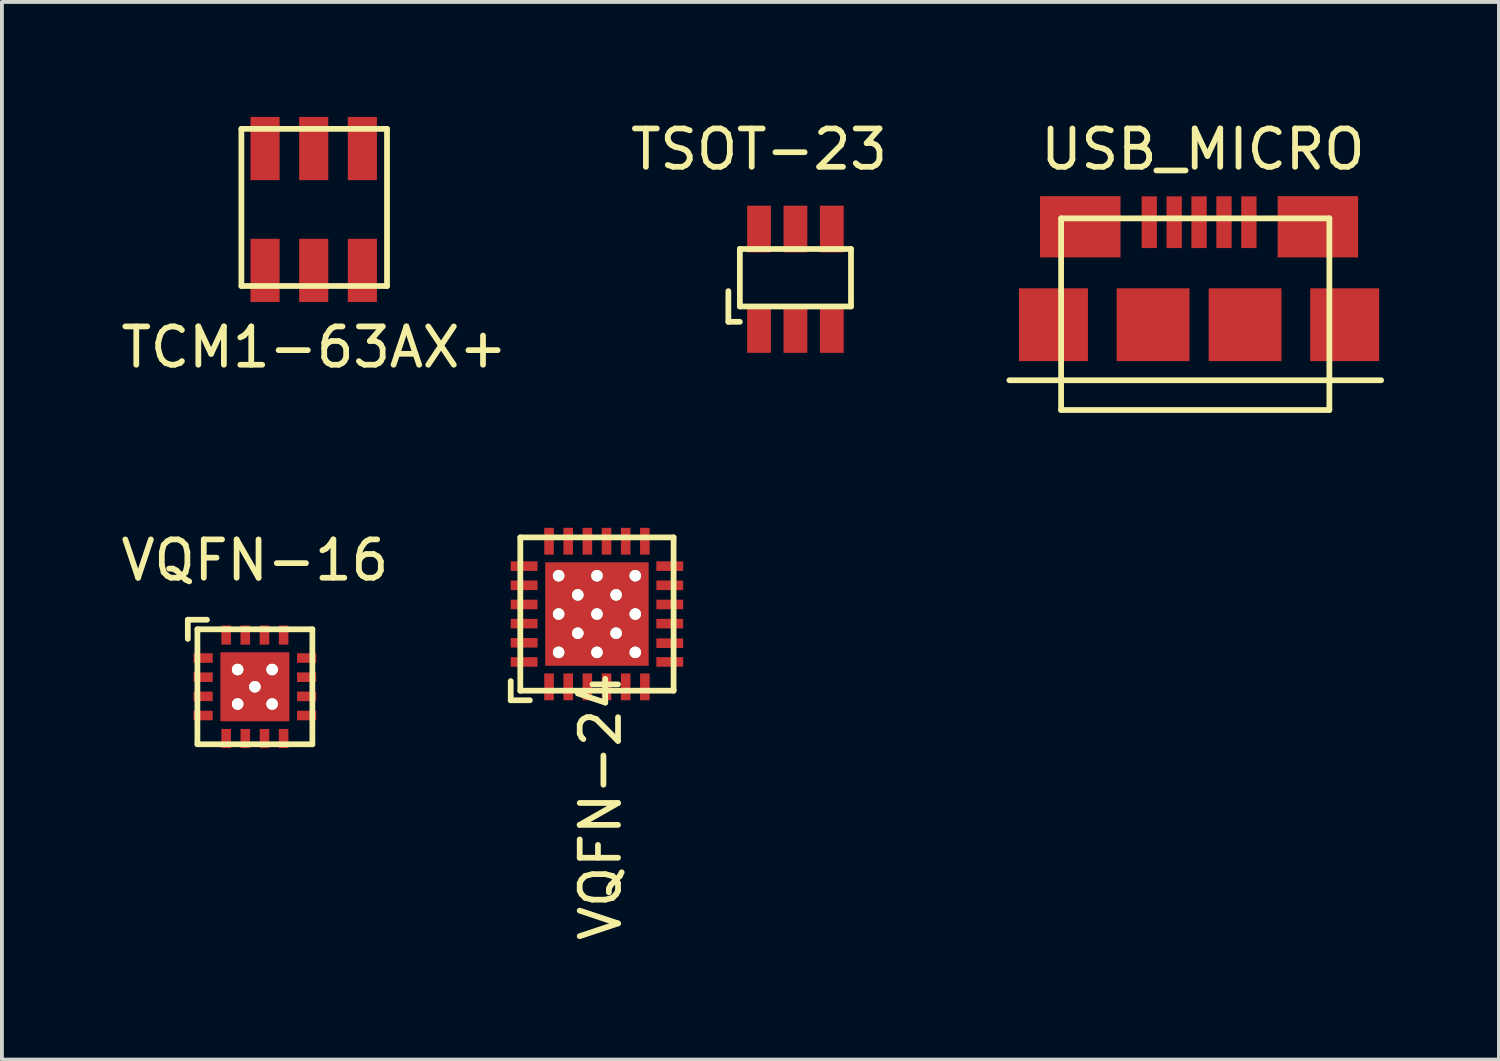
<source format=kicad_pcb>
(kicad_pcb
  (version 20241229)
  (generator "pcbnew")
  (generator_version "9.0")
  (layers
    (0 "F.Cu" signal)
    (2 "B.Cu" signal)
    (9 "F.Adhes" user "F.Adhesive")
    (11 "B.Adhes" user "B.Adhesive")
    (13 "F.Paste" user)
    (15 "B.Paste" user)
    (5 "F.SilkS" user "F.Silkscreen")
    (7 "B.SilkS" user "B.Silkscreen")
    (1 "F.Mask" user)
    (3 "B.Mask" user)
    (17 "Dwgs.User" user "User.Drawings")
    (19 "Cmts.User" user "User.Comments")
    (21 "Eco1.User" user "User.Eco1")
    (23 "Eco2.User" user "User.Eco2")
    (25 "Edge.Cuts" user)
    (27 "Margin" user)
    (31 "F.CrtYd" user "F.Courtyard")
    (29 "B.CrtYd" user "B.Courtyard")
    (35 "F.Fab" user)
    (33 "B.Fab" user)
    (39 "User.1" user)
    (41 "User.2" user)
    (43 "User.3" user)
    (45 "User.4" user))
  (footprint "USB_MICRO"
    (layer "F.Cu")
    (at 28.239 2.748)
    (property "Reference" "USB_MICRO" (at 0.1 -1.9 0) (layer "F.SilkS") (effects (font (size 1 1) (thickness 0.15))))
    (attr through_hole)
    (fp_line (start -4.95 4.125) (end 4.75 4.125) (stroke (width 0.15) (type solid)) (layer "F.SilkS"))
    (fp_line (start -3.6 -0.1) (end 3.4 -0.1) (stroke (width 0.15) (type solid)) (layer "F.SilkS"))
    (fp_line (start -3.6 4.9) (end -3.6 -0.1) (stroke (width 0.15) (type solid)) (layer "F.SilkS"))
    (fp_line (start 3.4 -0.1) (end 3.4 4.9) (stroke (width 0.15) (type solid)) (layer "F.SilkS"))
    (fp_line (start 3.4 4.9) (end -3.6 4.9) (stroke (width 0.15) (type solid)) (layer "F.SilkS"))
    (pad "1" smd rect (at -1.3 0) (size 0.4 1.35) (layers "F.Cu" "F.Mask" "F.Paste"))
    (pad "2" smd rect (at -0.65 0) (size 0.4 1.35) (layers "F.Cu" "F.Mask" "F.Paste"))
    (pad "3" smd rect (at 0 0) (size 0.4 1.35) (layers "F.Cu" "F.Mask" "F.Paste"))
    (pad "4" smd rect (at 0.65 0) (size 0.4 1.35) (layers "F.Cu" "F.Mask" "F.Paste"))
    (pad "5" smd rect (at 1.3 0) (size 0.4 1.35) (layers "F.Cu" "F.Mask" "F.Paste"))
    (pad "SH" smd rect (at 3.8 2.675) (size 1.8 1.9) (layers "F.Cu" "F.Mask" "F.Paste"))
    (pad "~" smd rect (at -3.8 2.675) (size 1.8 1.9) (layers "F.Cu" "F.Mask" "F.Paste"))
    (pad "~" smd rect (at -3.1 0.12) (size 2.1 1.6) (layers "F.Cu" "F.Mask" "F.Paste"))
    (pad "~" smd rect (at -1.2 2.675) (size 1.9 1.9) (layers "F.Cu" "F.Mask" "F.Paste"))
    (pad "~" smd rect (at 1.2 2.675) (size 1.9 1.9) (layers "F.Cu" "F.Mask" "F.Paste"))
    (pad "~" smd rect (at 3.1 0.12) (size 2.1 1.6) (layers "F.Cu" "F.Mask" "F.Paste")))
  (footprint "VQFN-24"
    (layer "F.Cu")
    (at 12.527 12.973)
    (property "Reference" "VQFN-24" (at 0.095 5.025 90) (layer "F.SilkS") (effects (font (size 1 1) (thickness 0.15))))
    (attr through_hole)
    (fp_line (start -2.25 1.75) (end -2.25 2.25) (stroke (width 0.15) (type solid)) (layer "F.SilkS"))
    (fp_line (start -2.25 2.25) (end -1.75 2.25) (stroke (width 0.15) (type solid)) (layer "F.SilkS"))
    (fp_line (start -2 -2) (end 2 -2) (stroke (width 0.15) (type solid)) (layer "F.SilkS"))
    (fp_line (start -2 2) (end -2 -2) (stroke (width 0.15) (type solid)) (layer "F.SilkS"))
    (fp_line (start 2 -2) (end 2 2) (stroke (width 0.15) (type solid)) (layer "F.SilkS"))
    (fp_line (start 2 2) (end -2 2) (stroke (width 0.15) (type solid)) (layer "F.SilkS"))
    (pad "1" smd rect (at -1.25 1.9) (size 0.25 0.7) (layers "F.Cu" "F.Mask" "F.Paste"))
    (pad "2" smd rect (at -0.75 1.9) (size 0.25 0.7) (layers "F.Cu" "F.Mask" "F.Paste"))
    (pad "3" smd rect (at -0.25 1.9) (size 0.25 0.7) (layers "F.Cu" "F.Mask" "F.Paste"))
    (pad "4" smd rect (at 0.25 1.9) (size 0.25 0.7) (layers "F.Cu" "F.Mask" "F.Paste"))
    (pad "5" smd rect (at 0.75 1.9) (size 0.25 0.7) (layers "F.Cu" "F.Mask" "F.Paste"))
    (pad "6" smd rect (at 1.25 1.9) (size 0.25 0.7) (layers "F.Cu" "F.Mask" "F.Paste"))
    (pad "7" smd rect (at 1.9 1.25 90) (size 0.25 0.7) (layers "F.Cu" "F.Mask" "F.Paste"))
    (pad "8" smd rect (at 1.9 0.76 90) (size 0.25 0.7) (layers "F.Cu" "F.Mask" "F.Paste"))
    (pad "9" smd rect (at 1.9 0.25 90) (size 0.25 0.7) (layers "F.Cu" "F.Mask" "F.Paste"))
    (pad "10" smd rect (at 1.9 -0.25 90) (size 0.25 0.7) (layers "F.Cu" "F.Mask" "F.Paste"))
    (pad "11" smd rect (at 1.9 -0.75 90) (size 0.25 0.7) (layers "F.Cu" "F.Mask" "F.Paste"))
    (pad "12" smd rect (at 1.9 -1.25 90) (size 0.25 0.7) (layers "F.Cu" "F.Mask" "F.Paste"))
    (pad "13" smd rect (at 1.25 -1.9) (size 0.25 0.7) (layers "F.Cu" "F.Mask" "F.Paste"))
    (pad "14" smd rect (at 0.75 -1.9) (size 0.25 0.7) (layers "F.Cu" "F.Mask" "F.Paste"))
    (pad "15" smd rect (at 0.25 -1.9) (size 0.25 0.7) (layers "F.Cu" "F.Mask" "F.Paste"))
    (pad "16" smd rect (at -0.25 -1.9) (size 0.25 0.7) (layers "F.Cu" "F.Mask" "F.Paste"))
    (pad "17" smd rect (at -0.75 -1.9) (size 0.25 0.7) (layers "F.Cu" "F.Mask" "F.Paste"))
    (pad "18" smd rect (at -1.25 -1.9) (size 0.25 0.7) (layers "F.Cu" "F.Mask" "F.Paste"))
    (pad "19" smd rect (at -1.9 -1.25 90) (size 0.25 0.7) (layers "F.Cu" "F.Mask" "F.Paste"))
    (pad "20" smd rect (at -1.9 -0.75 90) (size 0.25 0.7) (layers "F.Cu" "F.Mask" "F.Paste"))
    (pad "21" smd rect (at -1.9 -0.25 90) (size 0.25 0.7) (layers "F.Cu" "F.Mask" "F.Paste"))
    (pad "22" smd rect (at -1.9 0.25 90) (size 0.25 0.7) (layers "F.Cu" "F.Mask" "F.Paste"))
    (pad "23" smd rect (at -1.9 0.75 90) (size 0.25 0.7) (layers "F.Cu" "F.Mask" "F.Paste"))
    (pad "24" smd rect (at -1.9 1.25 90) (size 0.25 0.7) (layers "F.Cu" "F.Mask" "F.Paste"))
    (pad "PAD" thru_hole circle (at -1 -1) (size 0.3 0.3) (drill 0.3) (layers "*.Cu" "F.Mask" "F.SilkS"))
    (pad "PAD" thru_hole circle (at -1 0) (size 0.3 0.3) (drill 0.3) (layers "*.Cu" "F.Mask" "F.SilkS"))
    (pad "PAD" thru_hole circle (at -1 1) (size 0.3 0.3) (drill 0.3) (layers "*.Cu" "F.Mask" "F.SilkS"))
    (pad "PAD" thru_hole circle (at -0.5 -0.5) (size 0.3 0.3) (drill 0.3) (layers "*.Cu" "F.Mask" "F.SilkS"))
    (pad "PAD" thru_hole circle (at -0.5 0.5) (size 0.3 0.3) (drill 0.3) (layers "*.Cu" "F.Mask" "F.SilkS"))
    (pad "PAD" thru_hole circle (at 0 -1) (size 0.3 0.3) (drill 0.3) (layers "*.Cu" "F.Mask" "F.SilkS"))
    (pad "PAD" thru_hole circle (at 0 0) (size 0.3 0.3) (drill 0.3) (layers "*.Cu" "F.Mask" "F.SilkS"))
    (pad "PAD" smd rect (at 0 0) (size 2.7 2.7) (layers "F.Cu" "F.Mask" "F.Paste"))
    (pad "PAD" thru_hole circle (at 0 1) (size 0.3 0.3) (drill 0.3) (layers "*.Cu" "F.Mask" "F.SilkS"))
    (pad "PAD" thru_hole circle (at 0.5 -0.5) (size 0.3 0.3) (drill 0.3) (layers "*.Cu" "F.Mask" "F.SilkS"))
    (pad "PAD" thru_hole circle (at 0.5 0.5) (size 0.3 0.3) (drill 0.3) (layers "*.Cu" "F.Mask" "F.SilkS"))
    (pad "PAD" thru_hole circle (at 1 -1) (size 0.3 0.3) (drill 0.3) (layers "*.Cu" "F.Mask" "F.SilkS"))
    (pad "PAD" thru_hole circle (at 1 0) (size 0.3 0.3) (drill 0.3) (layers "*.Cu" "F.Mask" "F.SilkS"))
    (pad "PAD" thru_hole circle (at 1 1) (size 0.3 0.3) (drill 0.3) (layers "*.Cu" "F.Mask" "F.SilkS")))
  (footprint "VQFN-16"
    (layer "F.Cu")
    (at 3.601 14.871)
    (property "Reference" "VQFN-16" (at 0 -3.3 0) (layer "F.SilkS") (effects (font (size 1 1) (thickness 0.15))))
    (attr through_hole)
    (fp_line (start -1.75 -1.75) (end -1.75 -1.25) (stroke (width 0.15) (type solid)) (layer "F.SilkS"))
    (fp_line (start -1.5 -1.5) (end 1.5 -1.5) (stroke (width 0.15) (type solid)) (layer "F.SilkS"))
    (fp_line (start -1.5 1.5) (end -1.5 -1.5) (stroke (width 0.15) (type solid)) (layer "F.SilkS"))
    (fp_line (start -1.25 -1.75) (end -1.75 -1.75) (stroke (width 0.15) (type solid)) (layer "F.SilkS"))
    (fp_line (start 1.5 -1.5) (end 1.5 1.5) (stroke (width 0.15) (type solid)) (layer "F.SilkS"))
    (fp_line (start 1.5 1.5) (end -1.5 1.5) (stroke (width 0.15) (type solid)) (layer "F.SilkS"))
    (pad "1" smd rect (at -1.35 -0.75 90) (size 0.25 0.5) (layers "F.Cu" "F.Mask" "F.Paste"))
    (pad "2" smd rect (at -1.35 -0.25 90) (size 0.25 0.5) (layers "F.Cu" "F.Mask" "F.Paste"))
    (pad "3" smd rect (at -1.35 0.25 90) (size 0.25 0.5) (layers "F.Cu" "F.Mask" "F.Paste"))
    (pad "4" smd rect (at -1.35 0.75 90) (size 0.25 0.5) (layers "F.Cu" "F.Mask" "F.Paste"))
    (pad "5" smd rect (at -0.75 1.35) (size 0.25 0.5) (layers "F.Cu" "F.Mask" "F.Paste"))
    (pad "6" smd rect (at -0.25 1.35) (size 0.25 0.5) (layers "F.Cu" "F.Mask" "F.Paste"))
    (pad "7" smd rect (at 0.25 1.35) (size 0.25 0.5) (layers "F.Cu" "F.Mask" "F.Paste"))
    (pad "8" smd rect (at 0.75 1.35) (size 0.25 0.5) (layers "F.Cu" "F.Mask" "F.Paste"))
    (pad "9" smd rect (at 1.35 0.75 90) (size 0.25 0.5) (layers "F.Cu" "F.Mask" "F.Paste"))
    (pad "10" smd rect (at 1.35 0.25 90) (size 0.25 0.5) (layers "F.Cu" "F.Mask" "F.Paste"))
    (pad "11" smd rect (at 1.35 -0.25 90) (size 0.25 0.5) (layers "F.Cu" "F.Mask" "F.Paste"))
    (pad "12" smd rect (at 1.35 -0.75 90) (size 0.25 0.5) (layers "F.Cu" "F.Mask" "F.Paste"))
    (pad "13" smd rect (at 0.75 -1.35) (size 0.25 0.5) (layers "F.Cu" "F.Mask" "F.Paste"))
    (pad "14" smd rect (at 0.25 -1.35) (size 0.25 0.5) (layers "F.Cu" "F.Mask" "F.Paste"))
    (pad "15" smd rect (at -0.25 -1.35) (size 0.25 0.5) (layers "F.Cu" "F.Mask" "F.Paste"))
    (pad "16" smd rect (at -0.75 -1.35) (size 0.25 0.5) (layers "F.Cu" "F.Mask" "F.Paste"))
    (pad "PAD" thru_hole circle (at -0.45 -0.45) (size 0.3 0.3) (drill 0.3) (layers "*.Cu" "F.Mask" "F.SilkS"))
    (pad "PAD" thru_hole circle (at -0.45 0.45) (size 0.3 0.3) (drill 0.3) (layers "*.Cu" "F.Mask" "F.SilkS"))
    (pad "PAD" thru_hole circle (at 0 0) (size 0.3 0.3) (drill 0.3) (layers "*.Cu" "F.Mask" "F.SilkS"))
    (pad "PAD" smd rect (at 0 0) (size 1.8 1.8) (layers "F.Cu" "F.Mask" "F.Paste"))
    (pad "PAD" thru_hole circle (at 0.45 -0.45) (size 0.3 0.3) (drill 0.3) (layers "*.Cu" "F.Mask" "F.SilkS"))
    (pad "PAD" thru_hole circle (at 0.45 0.45) (size 0.3 0.3) (drill 0.3) (layers "*.Cu" "F.Mask" "F.SilkS")))
  (footprint "TSOT-23"
    (layer "F.Cu")
    (at 16.756 5.547)
    (property "Reference" "TSOT-23" (at 0 -4.699 0) (layer "F.SilkS") (effects (font (size 1 1) (thickness 0.15))))
    (attr through_hole)
    (fp_line (start -0.8 -1) (end -0.8 -0.2) (stroke (width 0.15) (type solid)) (layer "F.SilkS"))
    (fp_line (start -0.8 -0.2) (end -0.5 -0.2) (stroke (width 0.15) (type solid)) (layer "F.SilkS"))
    (fp_line (start -0.5 -2.1) (end 2.4 -2.1) (stroke (width 0.15) (type solid)) (layer "F.SilkS"))
    (fp_line (start -0.5 -0.6) (end -0.5 -2.1) (stroke (width 0.15) (type solid)) (layer "F.SilkS"))
    (fp_line (start 2.4 -2.1) (end 2.4 -0.6) (stroke (width 0.15) (type solid)) (layer "F.SilkS"))
    (fp_line (start 2.4 -0.6) (end -0.5 -0.6) (stroke (width 0.15) (type solid)) (layer "F.SilkS"))
    (pad "1" smd rect (at 0 0) (size 0.62 1.22) (layers "F.Cu" "F.Mask" "F.Paste"))
    (pad "2" smd rect (at 0.95 0) (size 0.62 1.22) (layers "F.Cu" "F.Mask" "F.Paste"))
    (pad "3" smd rect (at 1.9 0) (size 0.62 1.22) (layers "F.Cu" "F.Mask" "F.Paste"))
    (pad "4" smd rect (at 1.9 -2.62) (size 0.62 1.22) (layers "F.Cu" "F.Mask" "F.Paste"))
    (pad "5" smd rect (at 0.95 -2.62) (size 0.62 1.22) (layers "F.Cu" "F.Mask" "F.Paste"))
    (pad "6" smd rect (at 0 -2.62) (size 0.62 1.22) (layers "F.Cu" "F.Mask" "F.Paste")))
  (footprint "TCM1-63AX+"
    (layer "F.Cu")
    (at 5.149 2.413)
    (property "Reference" "TCM1-63AX+" (at 0 3.6 0) (layer "F.SilkS") (effects (font (size 1 1) (thickness 0.15))))
    (attr through_hole)
    (fp_line (start -1.9 -2.1) (end 1.9 -2.1) (stroke (width 0.15) (type solid)) (layer "F.SilkS"))
    (fp_line (start -1.9 2) (end -1.9 -2.1) (stroke (width 0.15) (type solid)) (layer "F.SilkS"))
    (fp_line (start 1.9 -2.1) (end 1.9 2) (stroke (width 0.15) (type solid)) (layer "F.SilkS"))
    (fp_line (start 1.9 2) (end -1.9 2) (stroke (width 0.15) (type solid)) (layer "F.SilkS"))
    (pad "1" smd rect (at -1.283 -1.587) (size 0.76 1.65) (layers "F.Cu" "F.Mask" "F.Paste"))
    (pad "2" smd rect (at -0.013 -1.587) (size 0.76 1.65) (layers "F.Cu" "F.Mask" "F.Paste"))
    (pad "3" smd rect (at 1.257 -1.587) (size 0.76 1.65) (layers "F.Cu" "F.Mask" "F.Paste"))
    (pad "4" smd rect (at 1.257 1.593) (size 0.76 1.65) (layers "F.Cu" "F.Mask" "F.Paste"))
    (pad "5" smd rect (at -0.013 1.593) (size 0.76 1.65) (layers "F.Cu" "F.Mask" "F.Paste"))
    (pad "6" smd rect (at -1.283 1.593) (size 0.76 1.65) (layers "F.Cu" "F.Mask" "F.Paste")))
  (gr_rect
    (start -3 -3)
    (end 36.064 24.599)
    (stroke (width 0.1) (type default))
    (fill no)
    (layer "Edge.Cuts")))
</source>
